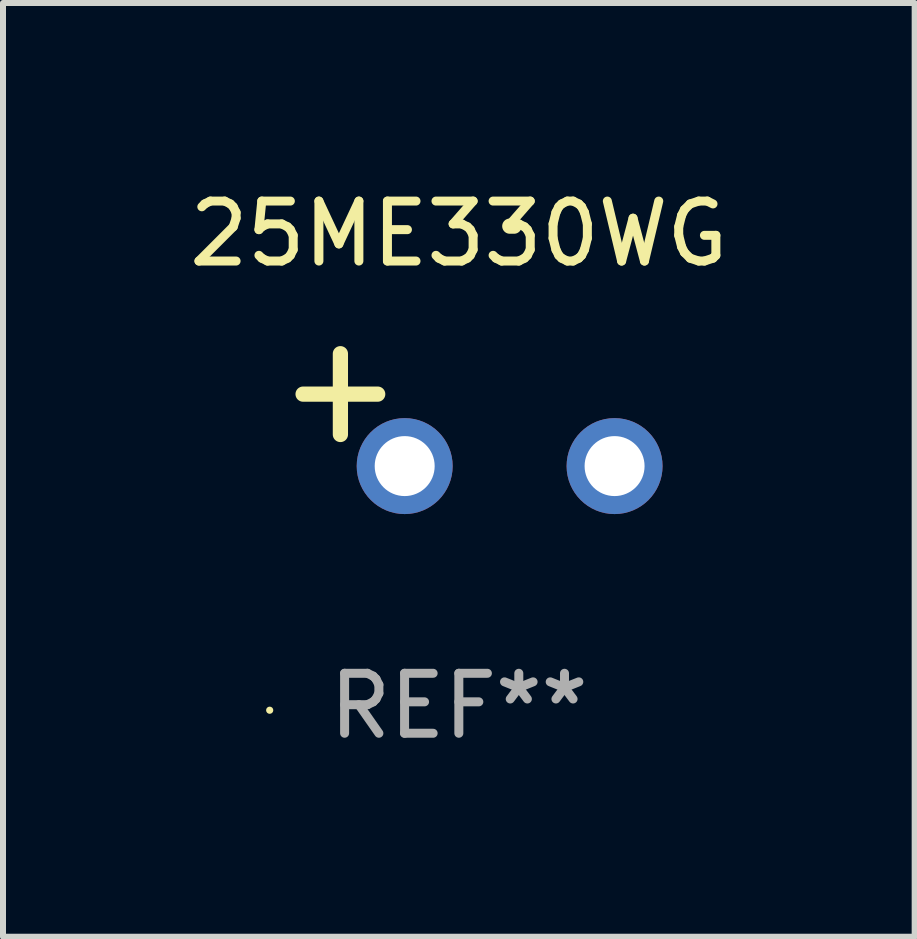
<source format=kicad_pcb>
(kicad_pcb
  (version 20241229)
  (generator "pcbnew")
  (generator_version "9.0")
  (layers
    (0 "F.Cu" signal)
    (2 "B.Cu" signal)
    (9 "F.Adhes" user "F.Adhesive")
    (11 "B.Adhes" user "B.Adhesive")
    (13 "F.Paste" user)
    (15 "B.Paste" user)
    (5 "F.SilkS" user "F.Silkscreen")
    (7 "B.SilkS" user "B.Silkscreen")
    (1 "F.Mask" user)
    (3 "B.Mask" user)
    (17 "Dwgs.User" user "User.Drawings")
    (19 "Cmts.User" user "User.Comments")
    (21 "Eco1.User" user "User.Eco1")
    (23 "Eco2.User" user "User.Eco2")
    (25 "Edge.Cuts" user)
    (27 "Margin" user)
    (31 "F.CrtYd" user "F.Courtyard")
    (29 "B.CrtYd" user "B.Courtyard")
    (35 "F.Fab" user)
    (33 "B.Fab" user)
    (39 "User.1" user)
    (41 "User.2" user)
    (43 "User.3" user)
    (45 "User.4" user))
  (footprint "25ME330WG"
    (layer "F.Cu")
    (at 4.601 3.785)
    (property "Reference" "25ME330WG" (at 0 -2.937 0) (layer "F.SilkS") (effects (font (size 1 1) (thickness 0.15))))
    (attr through_hole)
    (fp_line (start -1.975 0.41) (end -1.975 -0.937) (stroke (width 0.254) (type solid)) (layer "F.SilkS"))
    (fp_line (start -1.353 -0.263) (end -2.597 -0.263) (stroke (width 0.254) (type solid)) (layer "F.SilkS"))
    (fp_arc (start 0.849809 -3.063957) (mid 0.885369 -3.064114) (end 0.920929 -3.063957) (stroke (width 0.254001) (type solid)) (layer "F.SilkS"))
    (fp_circle (center -3.154 5.008) (end -3.124 5.008) (stroke (width 0.06) (type solid)) (fill no) (layer "F.SilkS"))
    (fp_text user "REF**" (at 0 4.937 0) (layer "F.Fab") (effects (font (size 1 1) (thickness 0.15))))
    (pad "1" thru_hole circle (at -0.903 0.937) (size 1.6 1.6) (drill 1) (layers "*.Cu" "*.Mask"))
    (pad "2" thru_hole circle (at 2.597 0.937) (size 1.6 1.6) (drill 1) (layers "*.Cu" "*.Mask")))
  (gr_rect
    (start -3 -3)
    (end 12.202 12.57)
    (stroke (width 0.1) (type default))
    (fill no)
    (layer "Edge.Cuts")))
</source>
